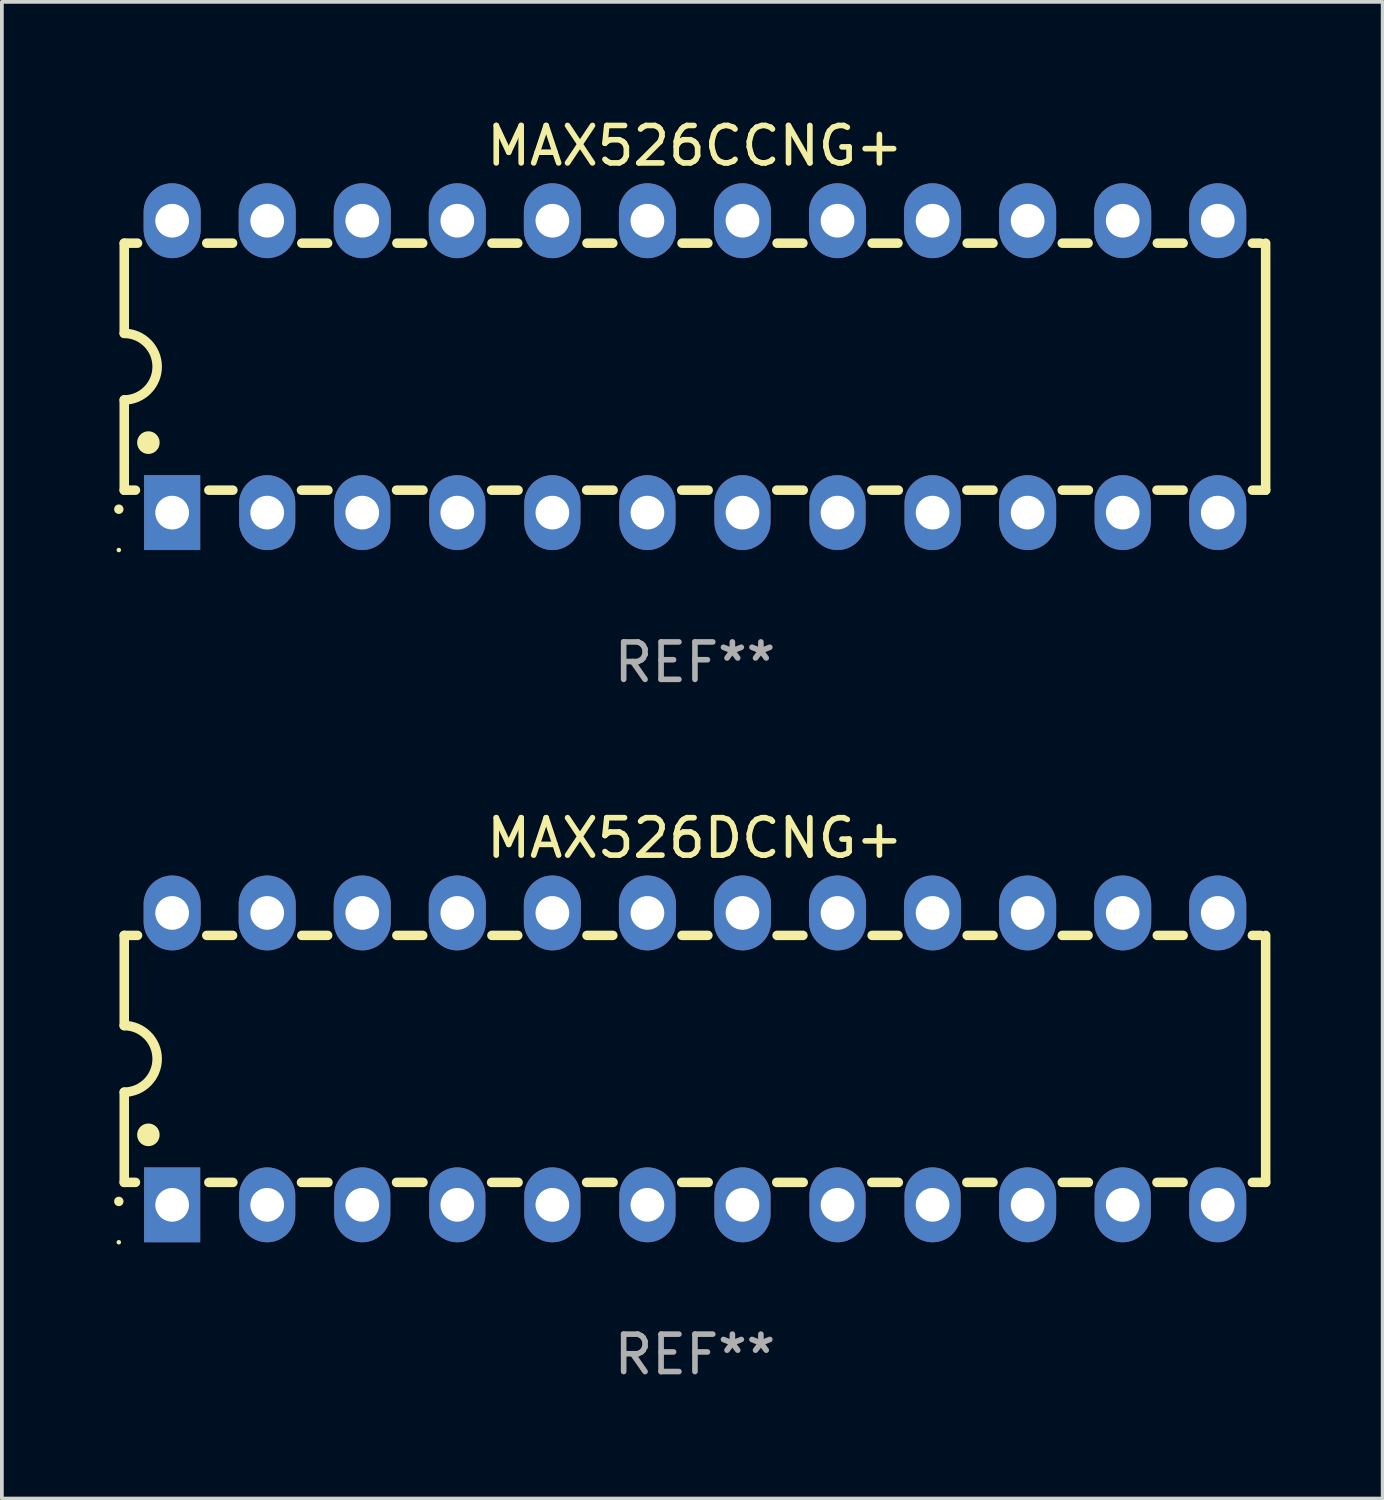
<source format=kicad_pcb>
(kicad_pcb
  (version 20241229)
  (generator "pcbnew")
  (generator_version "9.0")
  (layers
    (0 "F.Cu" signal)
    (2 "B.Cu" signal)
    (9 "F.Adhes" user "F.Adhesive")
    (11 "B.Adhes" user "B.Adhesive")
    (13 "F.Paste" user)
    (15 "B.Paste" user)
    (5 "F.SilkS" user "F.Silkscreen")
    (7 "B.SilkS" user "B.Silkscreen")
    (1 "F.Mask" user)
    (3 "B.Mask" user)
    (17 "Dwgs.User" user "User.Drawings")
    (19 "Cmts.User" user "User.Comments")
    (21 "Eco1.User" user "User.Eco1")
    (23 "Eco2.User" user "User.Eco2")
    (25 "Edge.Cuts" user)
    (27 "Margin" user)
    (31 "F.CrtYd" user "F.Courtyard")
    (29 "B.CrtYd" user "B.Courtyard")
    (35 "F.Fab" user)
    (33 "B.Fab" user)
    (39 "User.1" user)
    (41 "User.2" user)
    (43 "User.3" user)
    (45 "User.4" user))
  (footprint "MAX526DCNG+"
    (layer "F.Cu")
    (at 15.52 25.245)
    (property "Reference" "MAX526DCNG+" (at 0 -5.9 0) (layer "F.SilkS") (effects (font (size 1 1) (thickness 0.15))))
    (attr through_hole)
    (fp_line (start -15.25 -3.3) (end -15.25 -0.889) (stroke (width 0.254) (type solid)) (layer "F.SilkS"))
    (fp_line (start -15.25 -3.3) (end -14.895 -3.3) (stroke (width 0.254) (type solid)) (layer "F.SilkS"))
    (fp_line (start -15.25 3.3) (end -15.25 0.889) (stroke (width 0.254) (type solid)) (layer "F.SilkS"))
    (fp_line (start -15.25 3.3) (end -14.951 3.3) (stroke (width 0.254) (type solid)) (layer "F.SilkS"))
    (fp_line (start -13.045 -3.3) (end -12.355 -3.3) (stroke (width 0.254) (type solid)) (layer "F.SilkS"))
    (fp_line (start -12.989 3.3) (end -12.347 3.3) (stroke (width 0.254) (type solid)) (layer "F.SilkS"))
    (fp_line (start -10.514 3.3) (end -9.807 3.3) (stroke (width 0.254) (type solid)) (layer "F.SilkS"))
    (fp_line (start -10.505 -3.3) (end -9.815 -3.3) (stroke (width 0.254) (type solid)) (layer "F.SilkS"))
    (fp_line (start -7.974 3.3) (end -7.267 3.3) (stroke (width 0.254) (type solid)) (layer "F.SilkS"))
    (fp_line (start -7.965 -3.3) (end -7.275 -3.3) (stroke (width 0.254) (type solid)) (layer "F.SilkS"))
    (fp_line (start -5.434 3.3) (end -4.727 3.3) (stroke (width 0.254) (type solid)) (layer "F.SilkS"))
    (fp_line (start -5.425 -3.3) (end -4.735 -3.3) (stroke (width 0.254) (type solid)) (layer "F.SilkS"))
    (fp_line (start -2.894 3.3) (end -2.187 3.3) (stroke (width 0.254) (type solid)) (layer "F.SilkS"))
    (fp_line (start -2.885 -3.3) (end -2.195 -3.3) (stroke (width 0.254) (type solid)) (layer "F.SilkS"))
    (fp_line (start -0.354 3.3) (end 0.353 3.3) (stroke (width 0.254) (type solid)) (layer "F.SilkS"))
    (fp_line (start -0.345 -3.3) (end 0.345 -3.3) (stroke (width 0.254) (type solid)) (layer "F.SilkS"))
    (fp_line (start 2.186 3.3) (end 2.893 3.3) (stroke (width 0.254) (type solid)) (layer "F.SilkS"))
    (fp_line (start 2.195 -3.3) (end 2.885 -3.3) (stroke (width 0.254) (type solid)) (layer "F.SilkS"))
    (fp_line (start 4.726 3.3) (end 5.434 3.3) (stroke (width 0.254) (type solid)) (layer "F.SilkS"))
    (fp_line (start 4.735 -3.3) (end 5.425 -3.3) (stroke (width 0.254) (type solid)) (layer "F.SilkS"))
    (fp_line (start 7.266 3.3) (end 7.965 3.3) (stroke (width 0.254) (type solid)) (layer "F.SilkS"))
    (fp_line (start 7.275 -3.3) (end 7.965 -3.3) (stroke (width 0.254) (type solid)) (layer "F.SilkS"))
    (fp_line (start 9.815 -3.3) (end 10.505 -3.3) (stroke (width 0.254) (type solid)) (layer "F.SilkS"))
    (fp_line (start 9.815 3.3) (end 10.514 3.3) (stroke (width 0.254) (type solid)) (layer "F.SilkS"))
    (fp_line (start 12.346 3.3) (end 13.045 3.3) (stroke (width 0.254) (type solid)) (layer "F.SilkS"))
    (fp_line (start 12.355 -3.3) (end 13.045 -3.3) (stroke (width 0.254) (type solid)) (layer "F.SilkS"))
    (fp_line (start 14.895 -3.3) (end 15.113 -3.3) (stroke (width 0.254) (type solid)) (layer "F.SilkS"))
    (fp_line (start 14.895 3.3) (end 15.25 3.3) (stroke (width 0.254) (type solid)) (layer "F.SilkS"))
    (fp_line (start 15.25 -3.3) (end 15.25 3.3) (stroke (width 0.254) (type solid)) (layer "F.SilkS"))
    (fp_arc (start -15.394971 3.810033) (mid -15.394978 3.808763) (end -15.394971 3.807493) (stroke (width 0.25) (type solid)) (layer "F.SilkS"))
    (fp_arc (start -15.251053 -0.890146) (mid -14.361467 -0.001067) (end -15.250038 0.889027) (stroke (width 0.254001) (type solid)) (layer "F.SilkS"))
    (fp_arc (start -14.605029 2.032029) (mid -14.60504 2.029489) (end -14.605029 2.026949) (stroke (width 0.6) (type solid)) (layer "F.SilkS"))
    (fp_circle (center -15.395 4.9) (end -15.365 4.9) (stroke (width 0.06) (type solid)) (fill no) (layer "F.SilkS"))
    (fp_text user "REF**" (at 0 7.9 0) (layer "F.Fab") (effects (font (size 1 1) (thickness 0.15))))
    (pad "1" thru_hole rect (at -13.97 3.9 90) (size 2 1.5) (drill 0.9) (layers "*.Cu" "*.Mask"))
    (pad "2" thru_hole oval (at -11.43 3.9 90) (size 2 1.5) (drill 0.9) (layers "*.Cu" "*.Mask"))
    (pad "3" thru_hole oval (at -8.89 3.9 90) (size 2 1.5) (drill 0.9) (layers "*.Cu" "*.Mask"))
    (pad "4" thru_hole oval (at -6.35 3.9 90) (size 2 1.5) (drill 0.9) (layers "*.Cu" "*.Mask"))
    (pad "5" thru_hole oval (at -3.81 3.9 90) (size 2 1.5) (drill 0.9) (layers "*.Cu" "*.Mask"))
    (pad "6" thru_hole oval (at -1.27 3.9 90) (size 2 1.5) (drill 0.9) (layers "*.Cu" "*.Mask"))
    (pad "7" thru_hole oval (at 1.27 3.9 90) (size 2 1.5) (drill 0.9) (layers "*.Cu" "*.Mask"))
    (pad "8" thru_hole oval (at 3.81 3.9 90) (size 2 1.5) (drill 0.9) (layers "*.Cu" "*.Mask"))
    (pad "9" thru_hole oval (at 6.35 3.9 90) (size 2 1.5) (drill 0.9) (layers "*.Cu" "*.Mask"))
    (pad "10" thru_hole oval (at 8.89 3.9 90) (size 2 1.524) (drill 0.9) (layers "*.Cu" "*.Mask"))
    (pad "11" thru_hole oval (at 11.43 3.9 90) (size 2 1.5) (drill 0.9) (layers "*.Cu" "*.Mask"))
    (pad "12" thru_hole oval (at 13.97 3.9 90) (size 2 1.524) (drill 0.9) (layers "*.Cu" "*.Mask"))
    (pad "13" thru_hole oval (at 13.97 -3.9 90) (size 2 1.524) (drill 0.9) (layers "*.Cu" "*.Mask"))
    (pad "14" thru_hole oval (at 11.43 -3.9 90) (size 2 1.524) (drill 0.9) (layers "*.Cu" "*.Mask"))
    (pad "15" thru_hole oval (at 8.89 -3.9 90) (size 2 1.524) (drill 0.9) (layers "*.Cu" "*.Mask"))
    (pad "16" thru_hole oval (at 6.35 -3.9 90) (size 2 1.524) (drill 0.9) (layers "*.Cu" "*.Mask"))
    (pad "17" thru_hole oval (at 3.81 -3.9 90) (size 2 1.524) (drill 0.9) (layers "*.Cu" "*.Mask"))
    (pad "18" thru_hole oval (at 1.27 -3.9 90) (size 2 1.524) (drill 0.9) (layers "*.Cu" "*.Mask"))
    (pad "19" thru_hole oval (at -1.27 -3.9 90) (size 2 1.524) (drill 0.9) (layers "*.Cu" "*.Mask"))
    (pad "20" thru_hole oval (at -3.81 -3.9 90) (size 2 1.524) (drill 0.9) (layers "*.Cu" "*.Mask"))
    (pad "21" thru_hole oval (at -6.35 -3.9 90) (size 2 1.524) (drill 0.9) (layers "*.Cu" "*.Mask"))
    (pad "22" thru_hole oval (at -8.89 -3.9 90) (size 2 1.524) (drill 0.9) (layers "*.Cu" "*.Mask"))
    (pad "23" thru_hole oval (at -11.43 -3.9 90) (size 2 1.524) (drill 0.9) (layers "*.Cu" "*.Mask"))
    (pad "24" thru_hole oval (at -13.97 -3.9 90) (size 2 1.524) (drill 0.9) (layers "*.Cu" "*.Mask")))
  (footprint "MAX526CCNG+"
    (layer "F.Cu")
    (at 15.52 6.748)
    (property "Reference" "MAX526CCNG+" (at 0 -5.9 0) (layer "F.SilkS") (effects (font (size 1 1) (thickness 0.15))))
    (attr through_hole)
    (fp_line (start -15.25 -3.3) (end -15.25 -0.889) (stroke (width 0.254) (type solid)) (layer "F.SilkS"))
    (fp_line (start -15.25 -3.3) (end -14.895 -3.3) (stroke (width 0.254) (type solid)) (layer "F.SilkS"))
    (fp_line (start -15.25 3.3) (end -15.25 0.889) (stroke (width 0.254) (type solid)) (layer "F.SilkS"))
    (fp_line (start -15.25 3.3) (end -14.951 3.3) (stroke (width 0.254) (type solid)) (layer "F.SilkS"))
    (fp_line (start -13.045 -3.3) (end -12.355 -3.3) (stroke (width 0.254) (type solid)) (layer "F.SilkS"))
    (fp_line (start -12.989 3.3) (end -12.347 3.3) (stroke (width 0.254) (type solid)) (layer "F.SilkS"))
    (fp_line (start -10.514 3.3) (end -9.807 3.3) (stroke (width 0.254) (type solid)) (layer "F.SilkS"))
    (fp_line (start -10.505 -3.3) (end -9.815 -3.3) (stroke (width 0.254) (type solid)) (layer "F.SilkS"))
    (fp_line (start -7.974 3.3) (end -7.267 3.3) (stroke (width 0.254) (type solid)) (layer "F.SilkS"))
    (fp_line (start -7.965 -3.3) (end -7.275 -3.3) (stroke (width 0.254) (type solid)) (layer "F.SilkS"))
    (fp_line (start -5.434 3.3) (end -4.727 3.3) (stroke (width 0.254) (type solid)) (layer "F.SilkS"))
    (fp_line (start -5.425 -3.3) (end -4.735 -3.3) (stroke (width 0.254) (type solid)) (layer "F.SilkS"))
    (fp_line (start -2.894 3.3) (end -2.187 3.3) (stroke (width 0.254) (type solid)) (layer "F.SilkS"))
    (fp_line (start -2.885 -3.3) (end -2.195 -3.3) (stroke (width 0.254) (type solid)) (layer "F.SilkS"))
    (fp_line (start -0.354 3.3) (end 0.353 3.3) (stroke (width 0.254) (type solid)) (layer "F.SilkS"))
    (fp_line (start -0.345 -3.3) (end 0.345 -3.3) (stroke (width 0.254) (type solid)) (layer "F.SilkS"))
    (fp_line (start 2.186 3.3) (end 2.893 3.3) (stroke (width 0.254) (type solid)) (layer "F.SilkS"))
    (fp_line (start 2.195 -3.3) (end 2.885 -3.3) (stroke (width 0.254) (type solid)) (layer "F.SilkS"))
    (fp_line (start 4.726 3.3) (end 5.434 3.3) (stroke (width 0.254) (type solid)) (layer "F.SilkS"))
    (fp_line (start 4.735 -3.3) (end 5.425 -3.3) (stroke (width 0.254) (type solid)) (layer "F.SilkS"))
    (fp_line (start 7.266 3.3) (end 7.965 3.3) (stroke (width 0.254) (type solid)) (layer "F.SilkS"))
    (fp_line (start 7.275 -3.3) (end 7.965 -3.3) (stroke (width 0.254) (type solid)) (layer "F.SilkS"))
    (fp_line (start 9.815 -3.3) (end 10.505 -3.3) (stroke (width 0.254) (type solid)) (layer "F.SilkS"))
    (fp_line (start 9.815 3.3) (end 10.514 3.3) (stroke (width 0.254) (type solid)) (layer "F.SilkS"))
    (fp_line (start 12.346 3.3) (end 13.045 3.3) (stroke (width 0.254) (type solid)) (layer "F.SilkS"))
    (fp_line (start 12.355 -3.3) (end 13.045 -3.3) (stroke (width 0.254) (type solid)) (layer "F.SilkS"))
    (fp_line (start 14.895 -3.3) (end 15.113 -3.3) (stroke (width 0.254) (type solid)) (layer "F.SilkS"))
    (fp_line (start 14.895 3.3) (end 15.25 3.3) (stroke (width 0.254) (type solid)) (layer "F.SilkS"))
    (fp_line (start 15.25 -3.3) (end 15.25 3.3) (stroke (width 0.254) (type solid)) (layer "F.SilkS"))
    (fp_arc (start -15.394971 3.810033) (mid -15.394978 3.808763) (end -15.394971 3.807493) (stroke (width 0.25) (type solid)) (layer "F.SilkS"))
    (fp_arc (start -15.251053 -0.890146) (mid -14.361467 -0.001067) (end -15.250038 0.889027) (stroke (width 0.254001) (type solid)) (layer "F.SilkS"))
    (fp_arc (start -14.605029 2.032029) (mid -14.60504 2.029489) (end -14.605029 2.026949) (stroke (width 0.6) (type solid)) (layer "F.SilkS"))
    (fp_circle (center -15.395 4.9) (end -15.365 4.9) (stroke (width 0.06) (type solid)) (fill no) (layer "F.SilkS"))
    (fp_text user "REF**" (at 0 7.9 0) (layer "F.Fab") (effects (font (size 1 1) (thickness 0.15))))
    (pad "1" thru_hole rect (at -13.97 3.9 90) (size 2 1.5) (drill 0.9) (layers "*.Cu" "*.Mask"))
    (pad "2" thru_hole oval (at -11.43 3.9 90) (size 2 1.5) (drill 0.9) (layers "*.Cu" "*.Mask"))
    (pad "3" thru_hole oval (at -8.89 3.9 90) (size 2 1.5) (drill 0.9) (layers "*.Cu" "*.Mask"))
    (pad "4" thru_hole oval (at -6.35 3.9 90) (size 2 1.5) (drill 0.9) (layers "*.Cu" "*.Mask"))
    (pad "5" thru_hole oval (at -3.81 3.9 90) (size 2 1.5) (drill 0.9) (layers "*.Cu" "*.Mask"))
    (pad "6" thru_hole oval (at -1.27 3.9 90) (size 2 1.5) (drill 0.9) (layers "*.Cu" "*.Mask"))
    (pad "7" thru_hole oval (at 1.27 3.9 90) (size 2 1.5) (drill 0.9) (layers "*.Cu" "*.Mask"))
    (pad "8" thru_hole oval (at 3.81 3.9 90) (size 2 1.5) (drill 0.9) (layers "*.Cu" "*.Mask"))
    (pad "9" thru_hole oval (at 6.35 3.9 90) (size 2 1.5) (drill 0.9) (layers "*.Cu" "*.Mask"))
    (pad "10" thru_hole oval (at 8.89 3.9 90) (size 2 1.524) (drill 0.9) (layers "*.Cu" "*.Mask"))
    (pad "11" thru_hole oval (at 11.43 3.9 90) (size 2 1.5) (drill 0.9) (layers "*.Cu" "*.Mask"))
    (pad "12" thru_hole oval (at 13.97 3.9 90) (size 2 1.524) (drill 0.9) (layers "*.Cu" "*.Mask"))
    (pad "13" thru_hole oval (at 13.97 -3.9 90) (size 2 1.524) (drill 0.9) (layers "*.Cu" "*.Mask"))
    (pad "14" thru_hole oval (at 11.43 -3.9 90) (size 2 1.524) (drill 0.9) (layers "*.Cu" "*.Mask"))
    (pad "15" thru_hole oval (at 8.89 -3.9 90) (size 2 1.524) (drill 0.9) (layers "*.Cu" "*.Mask"))
    (pad "16" thru_hole oval (at 6.35 -3.9 90) (size 2 1.524) (drill 0.9) (layers "*.Cu" "*.Mask"))
    (pad "17" thru_hole oval (at 3.81 -3.9 90) (size 2 1.524) (drill 0.9) (layers "*.Cu" "*.Mask"))
    (pad "18" thru_hole oval (at 1.27 -3.9 90) (size 2 1.524) (drill 0.9) (layers "*.Cu" "*.Mask"))
    (pad "19" thru_hole oval (at -1.27 -3.9 90) (size 2 1.524) (drill 0.9) (layers "*.Cu" "*.Mask"))
    (pad "20" thru_hole oval (at -3.81 -3.9 90) (size 2 1.524) (drill 0.9) (layers "*.Cu" "*.Mask"))
    (pad "21" thru_hole oval (at -6.35 -3.9 90) (size 2 1.524) (drill 0.9) (layers "*.Cu" "*.Mask"))
    (pad "22" thru_hole oval (at -8.89 -3.9 90) (size 2 1.524) (drill 0.9) (layers "*.Cu" "*.Mask"))
    (pad "23" thru_hole oval (at -11.43 -3.9 90) (size 2 1.524) (drill 0.9) (layers "*.Cu" "*.Mask"))
    (pad "24" thru_hole oval (at -13.97 -3.9 90) (size 2 1.524) (drill 0.9) (layers "*.Cu" "*.Mask")))
  (gr_rect
    (start -3 -3)
    (end 33.897 36.993)
    (stroke (width 0.1) (type default))
    (fill no)
    (layer "Edge.Cuts")))
</source>
